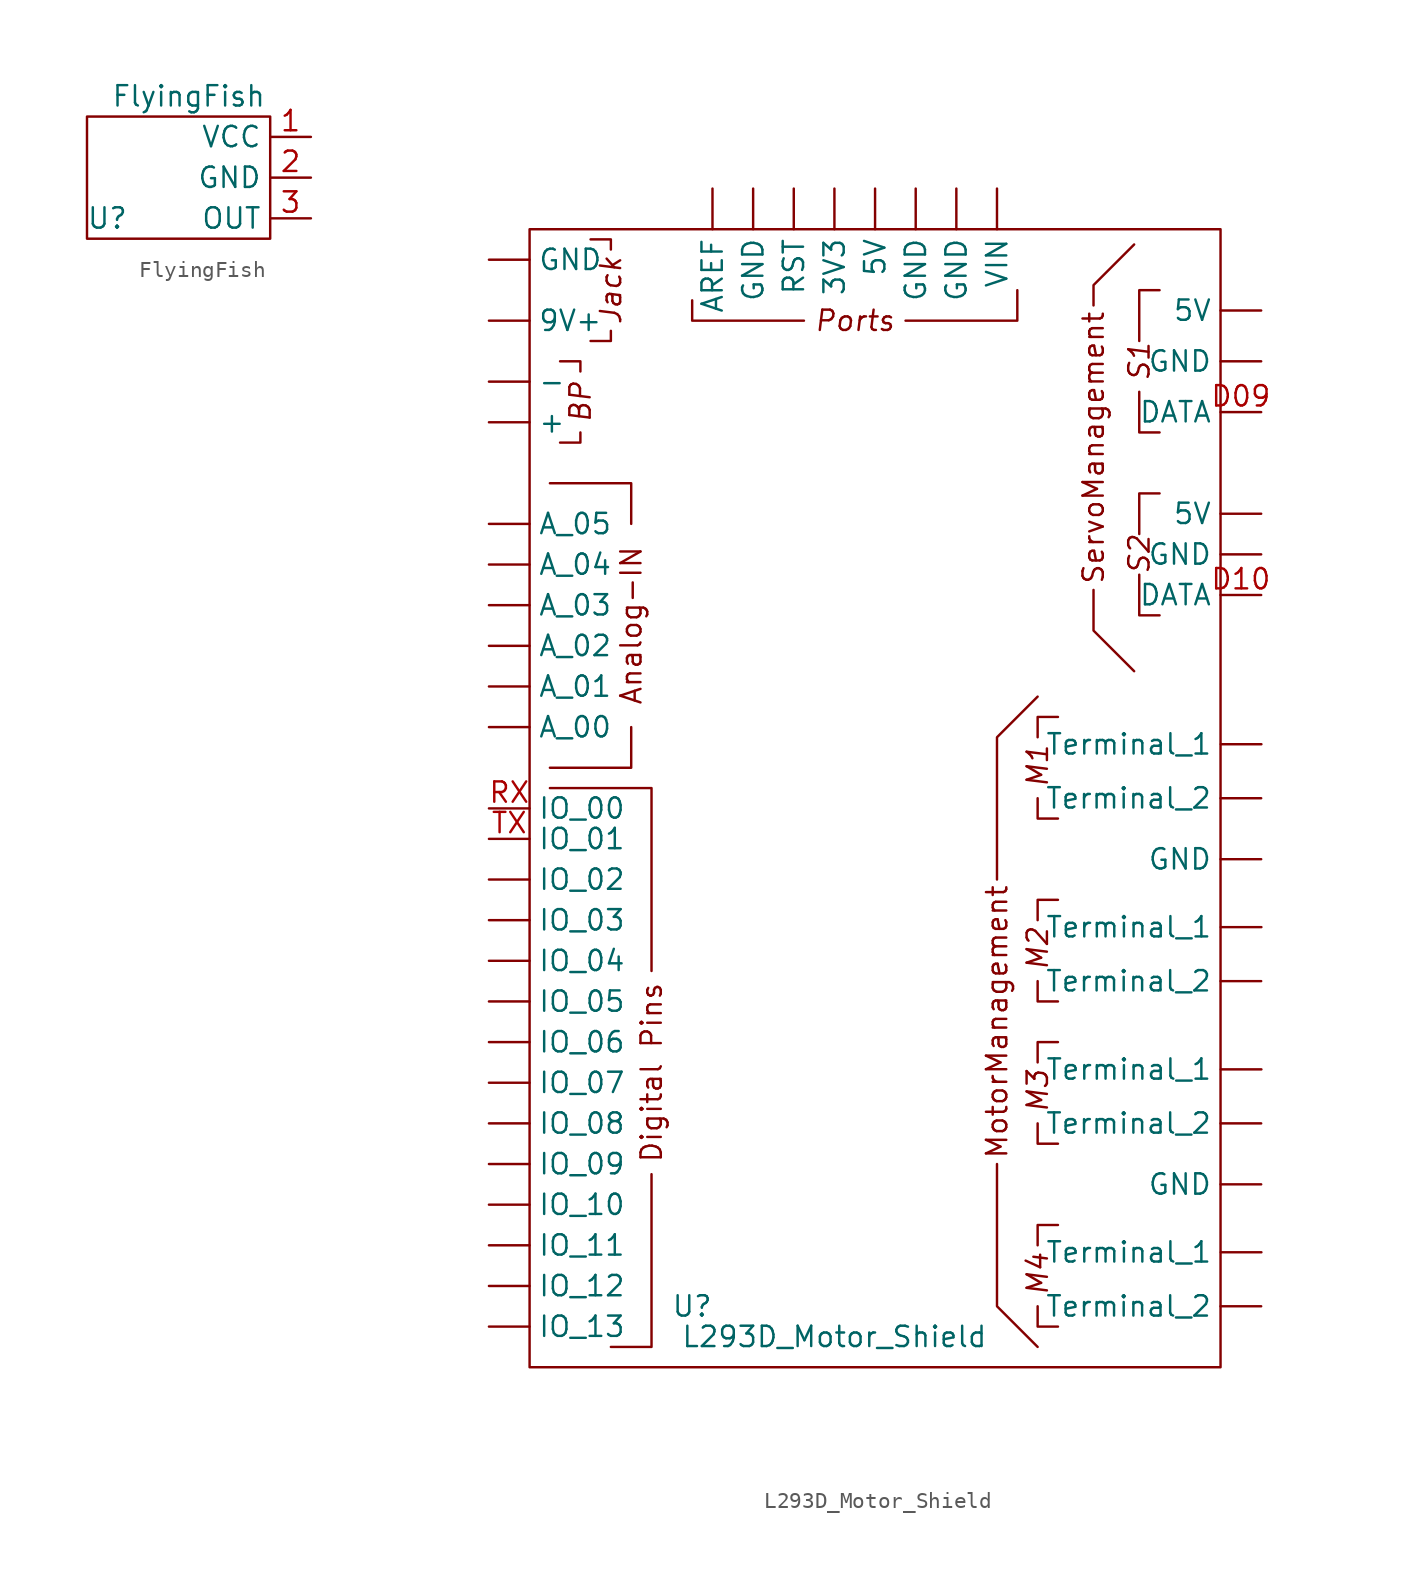
<source format=kicad_sym>
(kicad_symbol_lib
  (version 20211014)
  (generator kicad_symbol_editor)
  (symbol "FlyingFish"
    (property "Reference" "U"
      (at -5.08 -7.62 0)
      (effects (font (size 1.27 1.27))))
    (property "Value" "FlyingFish"
      (at 0 0 0)
      (effects (font (size 1.27 1.27))))
    (symbol "FlyingFish_0_1"
      (rectangle (start -6.35 -8.89) (end 5.08 -1.27) (stroke (width 0) (type default) (color 0 0 0 0)) (fill (type none))))
    (symbol "FlyingFish_1_1"
      (pin power_in line (at 7.62 -2.54 180) (length 2.54) (name "VCC" (effects (font (size 1.27 1.27)))) (number "1" (effects (font (size 1.27 1.27)))))
      (pin power_out line (at 7.62 -5.08 180) (length 2.54) (name "GND" (effects (font (size 1.27 1.27)))) (number "2" (effects (font (size 1.27 1.27)))))
      (pin output line (at 7.62 -7.62 180) (length 2.54) (name "OUT" (effects (font (size 1.27 1.27)))) (number "3" (effects (font (size 1.27 1.27)))))))
  (symbol "L293D_Motor_Shield"
    (property "Reference" "U"
      (at -10.16 -33.02 0)
      (effects (font (size 1.27 1.27))))
    (property "Value" "L293D_Motor_Shield"
      (at -1.27 -34.925 0)
      (effects (font (size 1.27 1.27))))
    (symbol "L293D_Motor_Shield_0_0"
      (polyline (pts (xy -17.145 21.59) (xy -17.145 20.955) (xy -18.415 20.955)) (stroke (width 0) (type default) (color 0 0 0 0)) (fill (type none)))
      (polyline (pts (xy -17.145 25.4) (xy -17.145 26.035) (xy -18.415 26.035)) (stroke (width 0) (type default) (color 0 0 0 0)) (fill (type none)))
      (polyline (pts (xy -15.24 -35.56) (xy -12.7 -35.56) (xy -12.7 -24.765)) (stroke (width 0) (type default) (color 0 0 0 0)) (fill (type none)))
      (polyline (pts (xy -15.24 27.94) (xy -15.24 27.305) (xy -16.51 27.305)) (stroke (width 0) (type default) (color 0 0 0 0)) (fill (type none)))
      (polyline (pts (xy -15.24 33.02) (xy -15.24 33.655) (xy -16.51 33.655)) (stroke (width 0) (type default) (color 0 0 0 0)) (fill (type none)))
      (polyline (pts (xy -13.97 3.175) (xy -13.97 0.635) (xy -19.05 0.635)) (stroke (width 0) (type default) (color 0 0 0 0)) (fill (type none)))
      (polyline (pts (xy -13.97 15.875) (xy -13.97 18.415) (xy -19.05 18.415)) (stroke (width 0) (type default) (color 0 0 0 0)) (fill (type none)))
      (polyline (pts (xy -12.7 -12.065) (xy -12.7 -0.635) (xy -19.05 -0.635)) (stroke (width 0) (type default) (color 0 0 0 0)) (fill (type none)))
      (polyline (pts (xy -3.175 28.575) (xy -10.16 28.575) (xy -10.16 29.845)) (stroke (width 0) (type default) (color 0 0 0 0)) (fill (type none)))
      (polyline (pts (xy 3.175 28.575) (xy 10.16 28.575) (xy 10.16 30.48)) (stroke (width 0) (type default) (color 0 0 0 0)) (fill (type none)))
      (polyline (pts (xy 11.43 -35.56) (xy 8.89 -33.02) (xy 8.89 -24.13)) (stroke (width 0) (type default) (color 0 0 0 0)) (fill (type none)))
      (polyline (pts (xy 11.43 -29.21) (xy 11.43 -27.94) (xy 12.7 -27.94)) (stroke (width 0) (type default) (color 0 0 0 0)) (fill (type none)))
      (polyline (pts (xy 11.43 -17.78) (xy 11.43 -16.51) (xy 12.7 -16.51)) (stroke (width 0) (type default) (color 0 0 0 0)) (fill (type none)))
      (polyline (pts (xy 11.43 -8.89) (xy 11.43 -7.62) (xy 12.7 -7.62)) (stroke (width 0) (type default) (color 0 0 0 0)) (fill (type none)))
      (polyline (pts (xy 11.43 2.54) (xy 11.43 3.81) (xy 12.7 3.81)) (stroke (width 0) (type default) (color 0 0 0 0)) (fill (type none)))
      (polyline (pts (xy 11.43 5.08) (xy 8.89 2.54) (xy 8.89 -6.35)) (stroke (width 0) (type default) (color 0 0 0 0)) (fill (type none)))
      (polyline (pts (xy 12.7 -34.29) (xy 11.43 -34.29) (xy 11.43 -33.02)) (stroke (width 0) (type default) (color 0 0 0 0)) (fill (type none)))
      (polyline (pts (xy 12.7 -22.86) (xy 11.43 -22.86) (xy 11.43 -21.59)) (stroke (width 0) (type default) (color 0 0 0 0)) (fill (type none)))
      (polyline (pts (xy 12.7 -13.97) (xy 11.43 -13.97) (xy 11.43 -12.7)) (stroke (width 0) (type default) (color 0 0 0 0)) (fill (type none)))
      (polyline (pts (xy 12.7 -2.54) (xy 11.43 -2.54) (xy 11.43 -1.27)) (stroke (width 0) (type default) (color 0 0 0 0)) (fill (type none)))
      (polyline (pts (xy 17.462 6.668) (xy 14.922 9.207) (xy 14.922 11.748)) (stroke (width 0) (type default) (color 0 0 0 0)) (fill (type none)))
      (polyline (pts (xy 17.462 33.337) (xy 14.922 30.797) (xy 14.922 29.527)) (stroke (width 0) (type default) (color 0 0 0 0)) (fill (type none)))
      (polyline (pts (xy 17.78 12.7) (xy 17.78 10.16) (xy 19.05 10.16)) (stroke (width 0) (type default) (color 0 0 0 0)) (fill (type none)))
      (polyline (pts (xy 17.78 15.24) (xy 17.78 17.78) (xy 19.05 17.78)) (stroke (width 0) (type default) (color 0 0 0 0)) (fill (type none)))
      (polyline (pts (xy 17.78 24.13) (xy 17.78 21.59) (xy 19.05 21.59)) (stroke (width 0) (type default) (color 0 0 0 0)) (fill (type none)))
      (polyline (pts (xy 17.78 27.305) (xy 17.78 30.48) (xy 19.05 30.48)) (stroke (width 0) (type default) (color 0 0 0 0)) (fill (type none)))
      (text "Analog-IN" (at -13.97 9.525 900) (effects (font (size 1.27 1.27))))
      (text "BP" (at -17.145 23.495 900) (effects (font (size 1.27 1.27) italic)))
      (text "Digital Pins" (at -12.7 -18.415 900) (effects (font (size 1.27 1.27))))
      (text "Jack" (at -15.24 30.48 900) (effects (font (size 1.27 1.27) italic)))
      (text "M1" (at 11.43 0.76 900) (effects (font (size 1.27 1.27) italic)))
      (text "M2" (at 11.43 -10.67 900) (effects (font (size 1.27 1.27) italic)))
      (text "M3" (at 11.43 -19.56 900) (effects (font (size 1.27 1.27) italic)))
      (text "M4" (at 11.43 -30.99 900) (effects (font (size 1.27 1.27) italic)))
      (text "MotorManagement" (at 8.89 -15.24 900) (effects (font (size 1.27 1.27))))
      (text "Ports" (at 0 28.575 0) (effects (font (size 1.27 1.27) italic)))
      (text "S1" (at 17.78 26.035 900) (effects (font (size 1.27 1.27) italic)))
      (text "S2" (at 17.78 13.97 900) (effects (font (size 1.27 1.27) italic)))
      (text "ServoManagement" (at 14.922 20.637 900) (effects (font (size 1.27 1.27)))))
    (symbol "L293D_Motor_Shield_0_1"
      (rectangle (start -20.32 34.29) (end 22.86 -36.83) (stroke (width 0) (type default) (color 0 0 0 0)) (fill (type none))))
    (symbol "L293D_Motor_Shield_1_1"
      (pin output line (at -22.86 22.225 0) (length 2.54) (name "+" (effects (font (size 1.27 1.27)))) (number "" (effects (font (size 1.27 1.27)))))
      (pin input line (at -22.86 24.765 0) (length 2.54) (name "-" (effects (font (size 1.27 1.27)))) (number "" (effects (font (size 1.27 1.27)))))
      (pin power_in line (at -1.27 36.83 270) (length 2.54) (name "3V3" (effects (font (size 1.27 1.27)))) (number "" (effects (font (size 1.27 1.27)))))
      (pin power_in line (at 1.27 36.83 270) (length 2.54) (name "5V" (effects (font (size 1.27 1.27)))) (number "" (effects (font (size 1.27 1.27)))))
      (pin power_out line (at 25.4 16.51 180) (length 2.54) (name "5V" (effects (font (size 1.27 1.27)))) (number "" (effects (font (size 1.27 1.27)))))
      (pin power_out line (at 25.4 29.21 180) (length 2.54) (name "5V" (effects (font (size 1.27 1.27)))) (number "" (effects (font (size 1.27 1.27)))))
      (pin power_in line (at -22.86 28.575 0) (length 2.54) (name "9V+" (effects (font (size 1.27 1.27)))) (number "" (effects (font (size 1.27 1.27)))))
      (pin bidirectional line (at -8.89 36.83 270) (length 2.54) (name "AREF" (effects (font (size 1.27 1.27)))) (number "" (effects (font (size 1.27 1.27)))))
      (pin input line (at -22.86 3.175 0) (length 2.54) (name "A_00" (effects (font (size 1.27 1.27)))) (number "" (effects (font (size 1.27 1.27)))))
      (pin input line (at -22.86 5.715 0) (length 2.54) (name "A_01" (effects (font (size 1.27 1.27)))) (number "" (effects (font (size 1.27 1.27)))))
      (pin input line (at -22.86 8.255 0) (length 2.54) (name "A_02" (effects (font (size 1.27 1.27)))) (number "" (effects (font (size 1.27 1.27)))))
      (pin input line (at -22.86 10.795 0) (length 2.54) (name "A_03" (effects (font (size 1.27 1.27)))) (number "" (effects (font (size 1.27 1.27)))))
      (pin input line (at -22.86 13.335 0) (length 2.54) (name "A_04" (effects (font (size 1.27 1.27)))) (number "" (effects (font (size 1.27 1.27)))))
      (pin input line (at -22.86 15.875 0) (length 2.54) (name "A_05" (effects (font (size 1.27 1.27)))) (number "" (effects (font (size 1.27 1.27)))))
      (pin bidirectional line (at -22.86 32.385 0) (length 2.54) (name "GND" (effects (font (size 1.27 1.27)))) (number "" (effects (font (size 1.27 1.27)))))
      (pin bidirectional line (at -6.35 36.83 270) (length 2.54) (name "GND" (effects (font (size 1.27 1.27)))) (number "" (effects (font (size 1.27 1.27)))))
      (pin bidirectional line (at 3.81 36.83 270) (length 2.54) (name "GND" (effects (font (size 1.27 1.27)))) (number "" (effects (font (size 1.27 1.27)))))
      (pin bidirectional line (at 6.35 36.83 270) (length 2.54) (name "GND" (effects (font (size 1.27 1.27)))) (number "" (effects (font (size 1.27 1.27)))))
      (pin bidirectional line (at 25.4 -25.4 180) (length 2.54) (name "GND" (effects (font (size 1.27 1.27)))) (number "" (effects (font (size 1.27 1.27)))))
      (pin bidirectional line (at 25.4 -5.08 180) (length 2.54) (name "GND" (effects (font (size 1.27 1.27)))) (number "" (effects (font (size 1.27 1.27)))))
      (pin bidirectional line (at 25.4 13.97 180) (length 2.54) (name "GND" (effects (font (size 1.27 1.27)))) (number "" (effects (font (size 1.27 1.27)))))
      (pin bidirectional line (at 25.4 26.035 180) (length 2.54) (name "GND" (effects (font (size 1.27 1.27)))) (number "" (effects (font (size 1.27 1.27)))))
      (pin bidirectional line (at -22.86 -6.35 0) (length 2.54) (name "IO_02" (effects (font (size 1.27 1.27)))) (number "" (effects (font (size 1.27 1.27)))))
      (pin bidirectional line (at -22.86 -8.89 0) (length 2.54) (name "IO_03" (effects (font (size 1.27 1.27)))) (number "" (effects (font (size 1.27 1.27)))))
      (pin bidirectional line (at -22.86 -11.43 0) (length 2.54) (name "IO_04" (effects (font (size 1.27 1.27)))) (number "" (effects (font (size 1.27 1.27)))))
      (pin bidirectional line (at -22.86 -13.97 0) (length 2.54) (name "IO_05" (effects (font (size 1.27 1.27)))) (number "" (effects (font (size 1.27 1.27)))))
      (pin bidirectional line (at -22.86 -16.51 0) (length 2.54) (name "IO_06" (effects (font (size 1.27 1.27)))) (number "" (effects (font (size 1.27 1.27)))))
      (pin bidirectional line (at -22.86 -19.05 0) (length 2.54) (name "IO_07" (effects (font (size 1.27 1.27)))) (number "" (effects (font (size 1.27 1.27)))))
      (pin bidirectional line (at -22.86 -21.59 0) (length 2.54) (name "IO_08" (effects (font (size 1.27 1.27)))) (number "" (effects (font (size 1.27 1.27)))))
      (pin bidirectional line (at -22.86 -24.13 0) (length 2.54) (name "IO_09" (effects (font (size 1.27 1.27)))) (number "" (effects (font (size 1.27 1.27)))))
      (pin bidirectional line (at -22.86 -26.67 0) (length 2.54) (name "IO_10" (effects (font (size 1.27 1.27)))) (number "" (effects (font (size 1.27 1.27)))))
      (pin bidirectional line (at -22.86 -29.21 0) (length 2.54) (name "IO_11" (effects (font (size 1.27 1.27)))) (number "" (effects (font (size 1.27 1.27)))))
      (pin bidirectional line (at -22.86 -31.75 0) (length 2.54) (name "IO_12" (effects (font (size 1.27 1.27)))) (number "" (effects (font (size 1.27 1.27)))))
      (pin bidirectional line (at -22.86 -34.29 0) (length 2.54) (name "IO_13" (effects (font (size 1.27 1.27)))) (number "" (effects (font (size 1.27 1.27)))))
      (pin input line (at -3.81 36.83 270) (length 2.54) (name "RST" (effects (font (size 1.27 1.27)))) (number "" (effects (font (size 1.27 1.27)))))
      (pin bidirectional line (at 25.414 -29.645 180) (length 2.54) (name "Terminal_1" (effects (font (size 1.27 1.27)))) (number "" (effects (font (size 1.27 1.27)))))
      (pin bidirectional line (at 25.414 -18.215 180) (length 2.54) (name "Terminal_1" (effects (font (size 1.27 1.27)))) (number "" (effects (font (size 1.27 1.27)))))
      (pin bidirectional line (at 25.414 -9.325 180) (length 2.54) (name "Terminal_1" (effects (font (size 1.27 1.27)))) (number "" (effects (font (size 1.27 1.27)))))
      (pin bidirectional line (at 25.414 2.105 180) (length 2.54) (name "Terminal_1" (effects (font (size 1.27 1.27)))) (number "" (effects (font (size 1.27 1.27)))))
      (pin bidirectional line (at 25.4 -33.02 180) (length 2.54) (name "Terminal_2" (effects (font (size 1.27 1.27)))) (number "" (effects (font (size 1.27 1.27)))))
      (pin bidirectional line (at 25.4 -21.59 180) (length 2.54) (name "Terminal_2" (effects (font (size 1.27 1.27)))) (number "" (effects (font (size 1.27 1.27)))))
      (pin bidirectional line (at 25.4 -12.7 180) (length 2.54) (name "Terminal_2" (effects (font (size 1.27 1.27)))) (number "" (effects (font (size 1.27 1.27)))))
      (pin bidirectional line (at 25.4 -1.27 180) (length 2.54) (name "Terminal_2" (effects (font (size 1.27 1.27)))) (number "" (effects (font (size 1.27 1.27)))))
      (pin bidirectional line (at 8.89 36.83 270) (length 2.54) (name "VIN" (effects (font (size 1.27 1.27)))) (number "" (effects (font (size 1.27 1.27)))))
      (pin output line (at 25.4 22.86 180) (length 2.54) (name "DATA" (effects (font (size 1.27 1.27)))) (number "D09" (effects (font (size 1.27 1.27)))))
      (pin output line (at 25.4 11.43 180) (length 2.54) (name "DATA" (effects (font (size 1.27 1.27)))) (number "D10" (effects (font (size 1.27 1.27)))))
      (pin bidirectional line (at -22.86 -1.905 0) (length 2.54) (name "IO_00" (effects (font (size 1.27 1.27)))) (number "RX" (effects (font (size 1.27 1.27)))))
      (pin bidirectional line (at -22.86 -3.81 0) (length 2.54) (name "IO_01" (effects (font (size 1.27 1.27)))) (number "TX" (effects (font (size 1.27 1.27))))))))
</source>
